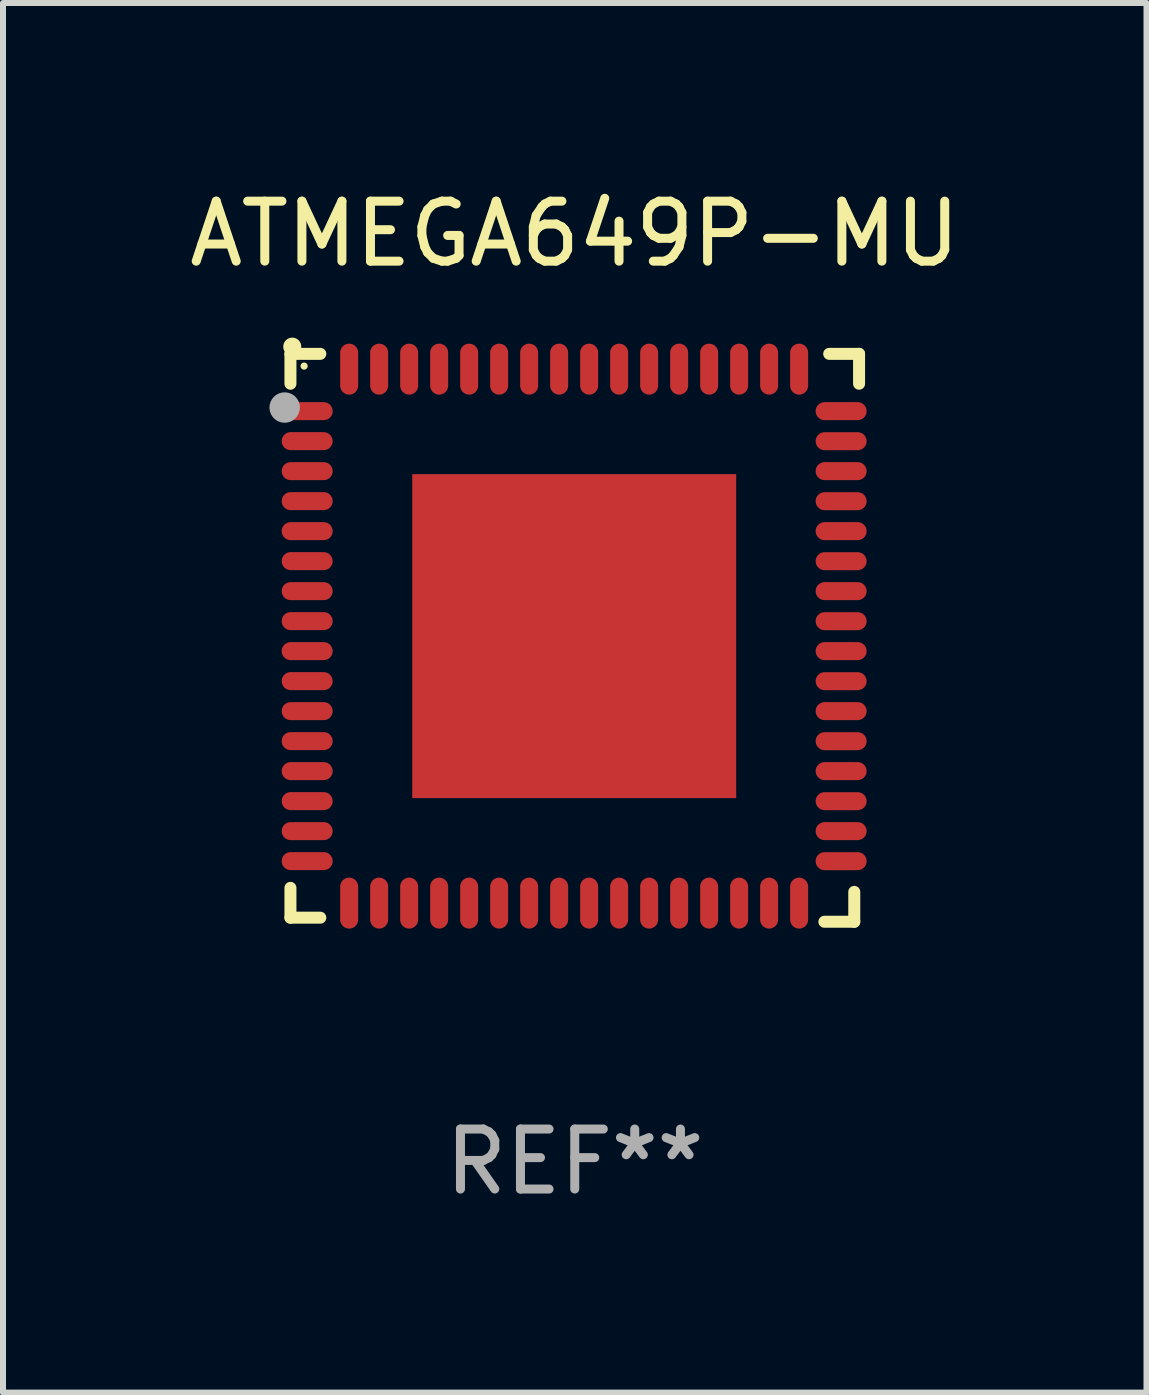
<source format=kicad_pcb>
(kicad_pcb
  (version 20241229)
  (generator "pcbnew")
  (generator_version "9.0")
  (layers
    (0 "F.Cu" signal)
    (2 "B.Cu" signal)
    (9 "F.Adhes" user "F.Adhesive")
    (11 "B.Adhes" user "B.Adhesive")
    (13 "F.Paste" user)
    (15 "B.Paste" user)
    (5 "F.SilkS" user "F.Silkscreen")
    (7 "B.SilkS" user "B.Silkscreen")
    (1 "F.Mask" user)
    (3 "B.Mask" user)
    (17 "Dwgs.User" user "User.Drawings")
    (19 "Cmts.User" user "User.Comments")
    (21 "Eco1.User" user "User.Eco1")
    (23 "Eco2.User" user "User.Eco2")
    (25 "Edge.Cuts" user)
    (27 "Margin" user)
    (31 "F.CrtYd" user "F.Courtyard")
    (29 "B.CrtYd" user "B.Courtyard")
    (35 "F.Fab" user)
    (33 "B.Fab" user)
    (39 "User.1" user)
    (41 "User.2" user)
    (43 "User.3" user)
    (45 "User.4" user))
  (footprint "ATMEGA649P-MU"
    (layer "F.Cu")
    (at 6.53 7.581)
    (property "Reference" "ATMEGA649P-MU" (at 0 -6.733 0) (layer "F.SilkS") (effects (font (size 1 1) (thickness 0.15))))
    (attr through_hole)
    (fp_line (start -4.739 -4.733) (end -4.241 -4.733) (stroke (width 0.2) (type solid)) (layer "F.SilkS"))
    (fp_line (start -4.739 -4.235) (end -4.739 -4.733) (stroke (width 0.2) (type solid)) (layer "F.SilkS"))
    (fp_line (start -4.739 4.168) (end -4.739 4.665) (stroke (width 0.2) (type solid)) (layer "F.SilkS"))
    (fp_line (start -4.739 4.665) (end -4.241 4.665) (stroke (width 0.2) (type solid)) (layer "F.SilkS"))
    (fp_line (start 4.161 4.733) (end 4.659 4.733) (stroke (width 0.2) (type solid)) (layer "F.SilkS"))
    (fp_line (start 4.241 -4.733) (end 4.739 -4.733) (stroke (width 0.2) (type solid)) (layer "F.SilkS"))
    (fp_line (start 4.659 4.733) (end 4.659 4.235) (stroke (width 0.2) (type solid)) (layer "F.SilkS"))
    (fp_line (start 4.739 -4.733) (end 4.739 -4.235) (stroke (width 0.2) (type solid)) (layer "F.SilkS"))
    (fp_arc (start -4.708623 -4.85108) (mid -4.708628 -4.85235) (end -4.708623 -4.85362) (stroke (width 0.3) (type solid)) (layer "F.SilkS"))
    (fp_circle (center -4.511 -4.529) (end -4.481 -4.529) (stroke (width 0.06) (type solid)) (fill no) (layer "F.SilkS"))
    (fp_circle (center -4.835 -3.838) (end -4.708 -3.838) (stroke (width 0.254) (type solid)) (fill no) (layer "F.Fab"))
    (fp_text user "REF**" (at 0 8.733 0) (layer "F.Fab") (effects (font (size 1 1) (thickness 0.15))))
    (pad "1" smd oval (at -4.46 -3.778) (size 0.85 0.3) (layers "F.Cu" "F.Mask" "F.Paste"))
    (pad "2" smd oval (at -4.46 -3.278) (size 0.85 0.3) (layers "F.Cu" "F.Mask" "F.Paste"))
    (pad "3" smd oval (at -4.46 -2.778) (size 0.85 0.3) (layers "F.Cu" "F.Mask" "F.Paste"))
    (pad "4" smd oval (at -4.46 -2.278) (size 0.85 0.3) (layers "F.Cu" "F.Mask" "F.Paste"))
    (pad "5" smd oval (at -4.46 -1.778) (size 0.85 0.3) (layers "F.Cu" "F.Mask" "F.Paste"))
    (pad "6" smd oval (at -4.46 -1.278) (size 0.85 0.3) (layers "F.Cu" "F.Mask" "F.Paste"))
    (pad "7" smd oval (at -4.46 -0.778) (size 0.85 0.3) (layers "F.Cu" "F.Mask" "F.Paste"))
    (pad "8" smd oval (at -4.46 -0.278) (size 0.85 0.3) (layers "F.Cu" "F.Mask" "F.Paste"))
    (pad "9" smd oval (at -4.46 0.222) (size 0.85 0.3) (layers "F.Cu" "F.Mask" "F.Paste"))
    (pad "10" smd oval (at -4.46 0.722) (size 0.85 0.3) (layers "F.Cu" "F.Mask" "F.Paste"))
    (pad "11" smd oval (at -4.46 1.222) (size 0.85 0.3) (layers "F.Cu" "F.Mask" "F.Paste"))
    (pad "12" smd oval (at -4.46 1.722) (size 0.85 0.3) (layers "F.Cu" "F.Mask" "F.Paste"))
    (pad "13" smd oval (at -4.46 2.222) (size 0.85 0.3) (layers "F.Cu" "F.Mask" "F.Paste"))
    (pad "14" smd oval (at -4.46 2.722) (size 0.85 0.3) (layers "F.Cu" "F.Mask" "F.Paste"))
    (pad "15" smd oval (at -4.46 3.222) (size 0.85 0.3) (layers "F.Cu" "F.Mask" "F.Paste"))
    (pad "16" smd oval (at -4.46 3.722) (size 0.85 0.3) (layers "F.Cu" "F.Mask" "F.Paste"))
    (pad "17" smd oval (at -3.76 4.422) (size 0.3 0.85) (layers "F.Cu" "F.Mask" "F.Paste"))
    (pad "18" smd oval (at -3.26 4.422) (size 0.3 0.85) (layers "F.Cu" "F.Mask" "F.Paste"))
    (pad "19" smd oval (at -2.76 4.422) (size 0.3 0.85) (layers "F.Cu" "F.Mask" "F.Paste"))
    (pad "20" smd oval (at -2.26 4.422) (size 0.3 0.85) (layers "F.Cu" "F.Mask" "F.Paste"))
    (pad "21" smd oval (at -1.76 4.422) (size 0.3 0.85) (layers "F.Cu" "F.Mask" "F.Paste"))
    (pad "22" smd oval (at -1.26 4.422) (size 0.3 0.85) (layers "F.Cu" "F.Mask" "F.Paste"))
    (pad "23" smd oval (at -0.76 4.422) (size 0.3 0.85) (layers "F.Cu" "F.Mask" "F.Paste"))
    (pad "24" smd oval (at -0.26 4.422) (size 0.3 0.85) (layers "F.Cu" "F.Mask" "F.Paste"))
    (pad "25" smd oval (at 0.24 4.422) (size 0.3 0.85) (layers "F.Cu" "F.Mask" "F.Paste"))
    (pad "26" smd oval (at 0.74 4.422) (size 0.3 0.85) (layers "F.Cu" "F.Mask" "F.Paste"))
    (pad "27" smd oval (at 1.24 4.422) (size 0.3 0.85) (layers "F.Cu" "F.Mask" "F.Paste"))
    (pad "28" smd oval (at 1.74 4.422) (size 0.3 0.85) (layers "F.Cu" "F.Mask" "F.Paste"))
    (pad "29" smd oval (at 2.24 4.422) (size 0.3 0.85) (layers "F.Cu" "F.Mask" "F.Paste"))
    (pad "30" smd oval (at 2.74 4.422) (size 0.3 0.85) (layers "F.Cu" "F.Mask" "F.Paste"))
    (pad "31" smd oval (at 3.24 4.422) (size 0.3 0.85) (layers "F.Cu" "F.Mask" "F.Paste"))
    (pad "32" smd oval (at 3.74 4.422) (size 0.3 0.85) (layers "F.Cu" "F.Mask" "F.Paste"))
    (pad "33" smd oval (at 4.44 3.723) (size 0.85 0.3) (layers "F.Cu" "F.Mask" "F.Paste"))
    (pad "34" smd oval (at 4.44 3.222) (size 0.85 0.3) (layers "F.Cu" "F.Mask" "F.Paste"))
    (pad "35" smd oval (at 4.44 2.723) (size 0.85 0.3) (layers "F.Cu" "F.Mask" "F.Paste"))
    (pad "36" smd oval (at 4.44 2.222) (size 0.85 0.3) (layers "F.Cu" "F.Mask" "F.Paste"))
    (pad "37" smd oval (at 4.44 1.723) (size 0.85 0.3) (layers "F.Cu" "F.Mask" "F.Paste"))
    (pad "38" smd oval (at 4.44 1.222) (size 0.85 0.3) (layers "F.Cu" "F.Mask" "F.Paste"))
    (pad "39" smd oval (at 4.44 0.723) (size 0.85 0.3) (layers "F.Cu" "F.Mask" "F.Paste"))
    (pad "40" smd oval (at 4.44 0.222) (size 0.85 0.3) (layers "F.Cu" "F.Mask" "F.Paste"))
    (pad "41" smd oval (at 4.44 -0.277) (size 0.85 0.3) (layers "F.Cu" "F.Mask" "F.Paste"))
    (pad "42" smd oval (at 4.44 -0.778) (size 0.85 0.3) (layers "F.Cu" "F.Mask" "F.Paste"))
    (pad "43" smd oval (at 4.44 -1.277) (size 0.85 0.3) (layers "F.Cu" "F.Mask" "F.Paste"))
    (pad "44" smd oval (at 4.44 -1.778) (size 0.85 0.3) (layers "F.Cu" "F.Mask" "F.Paste"))
    (pad "45" smd oval (at 4.44 -2.277) (size 0.85 0.3) (layers "F.Cu" "F.Mask" "F.Paste"))
    (pad "46" smd oval (at 4.44 -2.778) (size 0.85 0.3) (layers "F.Cu" "F.Mask" "F.Paste"))
    (pad "47" smd oval (at 4.44 -3.277) (size 0.85 0.3) (layers "F.Cu" "F.Mask" "F.Paste"))
    (pad "48" smd oval (at 4.44 -3.778) (size 0.85 0.3) (layers "F.Cu" "F.Mask" "F.Paste"))
    (pad "49" smd oval (at 3.74 -4.478) (size 0.3 0.85) (layers "F.Cu" "F.Mask" "F.Paste"))
    (pad "50" smd oval (at 3.24 -4.478) (size 0.3 0.85) (layers "F.Cu" "F.Mask" "F.Paste"))
    (pad "51" smd oval (at 2.74 -4.478) (size 0.3 0.85) (layers "F.Cu" "F.Mask" "F.Paste"))
    (pad "52" smd oval (at 2.24 -4.478) (size 0.3 0.85) (layers "F.Cu" "F.Mask" "F.Paste"))
    (pad "53" smd oval (at 1.74 -4.478) (size 0.3 0.85) (layers "F.Cu" "F.Mask" "F.Paste"))
    (pad "54" smd oval (at 1.24 -4.478) (size 0.3 0.85) (layers "F.Cu" "F.Mask" "F.Paste"))
    (pad "55" smd oval (at 0.74 -4.478) (size 0.3 0.85) (layers "F.Cu" "F.Mask" "F.Paste"))
    (pad "56" smd oval (at 0.24 -4.478) (size 0.3 0.85) (layers "F.Cu" "F.Mask" "F.Paste"))
    (pad "57" smd oval (at -0.26 -4.478) (size 0.3 0.85) (layers "F.Cu" "F.Mask" "F.Paste"))
    (pad "58" smd oval (at -0.76 -4.478) (size 0.3 0.85) (layers "F.Cu" "F.Mask" "F.Paste"))
    (pad "59" smd oval (at -1.26 -4.478) (size 0.3 0.85) (layers "F.Cu" "F.Mask" "F.Paste"))
    (pad "60" smd oval (at -1.76 -4.478) (size 0.3 0.85) (layers "F.Cu" "F.Mask" "F.Paste"))
    (pad "61" smd oval (at -2.26 -4.478) (size 0.3 0.85) (layers "F.Cu" "F.Mask" "F.Paste"))
    (pad "62" smd oval (at -2.76 -4.478) (size 0.3 0.85) (layers "F.Cu" "F.Mask" "F.Paste"))
    (pad "63" smd oval (at -3.26 -4.478) (size 0.3 0.85) (layers "F.Cu" "F.Mask" "F.Paste"))
    (pad "64" smd oval (at -3.76 -4.478) (size 0.3 0.85) (layers "F.Cu" "F.Mask" "F.Paste"))
    (pad "65" smd rect (at -0.009 -0.028 90) (size 5.4 5.4) (layers "F.Cu" "F.Mask" "F.Paste")))
  (gr_rect
    (start -3 -3)
    (end 16.06 20.162)
    (stroke (width 0.1) (type default))
    (fill no)
    (layer "Edge.Cuts")))
</source>
